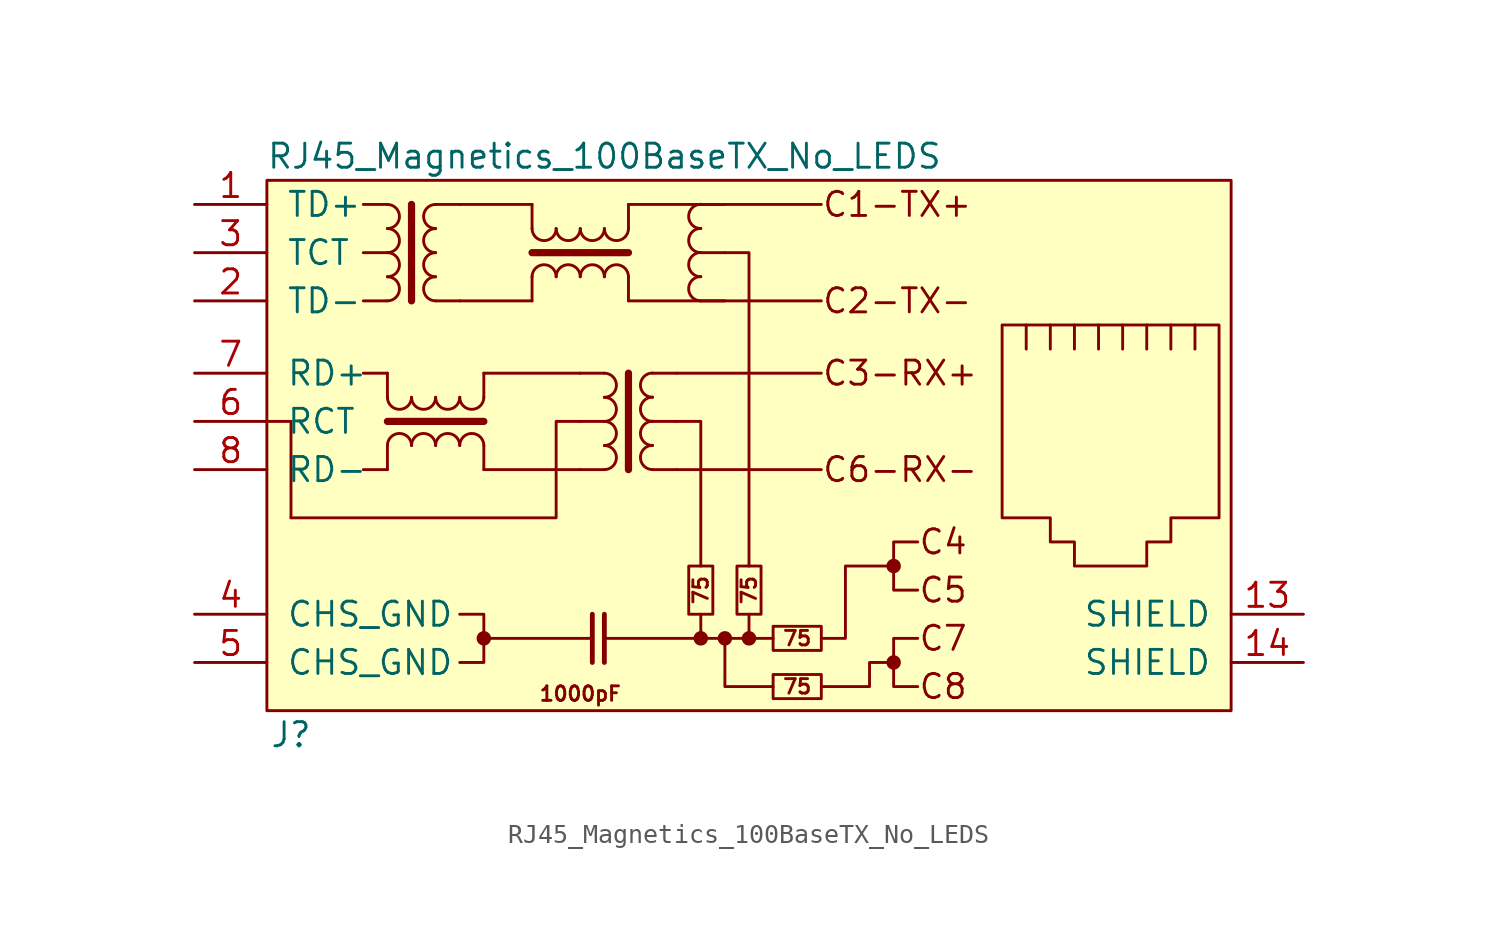
<source format=kicad_sym>
(kicad_symbol_lib
  (version 20241209)
  (generator "kicad_symbol_editor")
  (generator_version "9.0")
  (symbol "RJ45_Magnetics_100BaseTX_No_LEDS"
    (pin_names
      (offset 1.016))
    (property "Reference" "J"
      (at -10.16 -8.89 0)
      (effects (font (size 1.27 1.27))))
    (property "Value" "RJ45_Magnetics_100BaseTX_No_LEDS"
      (at 6.35 21.59 0)
      (effects (font (size 1.27 1.27))))
    (symbol "RJ45_Magnetics_100BaseTX_No_LEDS_0_0"
      (rectangle (start -11.43 20.32) (end 39.37 -7.62) (stroke (width 0) (type solid)) (fill (type background)))
      (polyline (pts (xy -11.43 7.62) (xy -10.16 7.62) (xy -10.16 2.54)) (stroke (width 0) (type solid)) (fill (type none)))
      (polyline (pts (xy -5.08 10.16) (xy -6.35 10.16)) (stroke (width 0) (type solid)) (fill (type none)))
      (polyline (pts (xy -5.08 5.08) (xy -6.35 5.08)) (stroke (width 0) (type solid)) (fill (type none)))
      (polyline (pts (xy -1.27 -2.54) (xy 0 -2.54) (xy 0 -5.08) (xy -1.27 -5.08)) (stroke (width 0) (type solid)) (fill (type none)))
      (polyline (pts (xy 0 10.16) (xy 5.08 10.16)) (stroke (width 0) (type solid)) (fill (type none)))
      (polyline (pts (xy 0 5.08) (xy 5.08 5.08)) (stroke (width 0) (type solid)) (fill (type none)))
      (polyline (pts (xy 0 -3.81) (xy 5.715 -3.81)) (stroke (width 0) (type solid)) (fill (type none)))
      (polyline (pts (xy 5.08 7.62) (xy 3.81 7.62) (xy 3.81 2.54) (xy -10.16 2.54)) (stroke (width 0) (type solid)) (fill (type none)))
      (polyline (pts (xy 6.35 -3.81) (xy 15.24 -3.81)) (stroke (width 0) (type solid)) (fill (type none)))
      (polyline (pts (xy 10.16 10.16) (xy 17.78 10.16)) (stroke (width 0) (type solid)) (fill (type none)))
      (polyline (pts (xy 10.16 7.62) (xy 11.43 7.62) (xy 11.43 0)) (stroke (width 0) (type solid)) (fill (type none)))
      (polyline (pts (xy 10.16 5.08) (xy 17.78 5.08)) (stroke (width 0) (type solid)) (fill (type none)))
      (polyline (pts (xy 11.43 -2.54) (xy 11.43 -3.81)) (stroke (width 0) (type solid)) (fill (type none)))
      (polyline (pts (xy 12.7 16.51) (xy 13.97 16.51) (xy 13.97 0)) (stroke (width 0) (type solid)) (fill (type none)))
      (polyline (pts (xy 13.97 -2.54) (xy 13.97 -3.81)) (stroke (width 0) (type solid)) (fill (type none)))
      (polyline (pts (xy 15.24 -6.35) (xy 12.7 -6.35) (xy 12.7 -3.81)) (stroke (width 0) (type solid)) (fill (type none)))
      (polyline (pts (xy 21.59 0) (xy 19.05 0) (xy 19.05 -3.81) (xy 17.78 -3.81)) (stroke (width 0) (type solid)) (fill (type none)))
      (polyline (pts (xy 21.59 -5.08) (xy 20.32 -5.08) (xy 20.32 -6.35) (xy 17.78 -6.35)) (stroke (width 0) (type solid)) (fill (type none)))
      (polyline (pts (xy 22.86 1.27) (xy 21.59 1.27) (xy 21.59 -1.27) (xy 22.86 -1.27)) (stroke (width 0) (type solid)) (fill (type none)))
      (text "C1-TX+" (at 17.78 19.05 0) (effects (font (size 1.27 1.27)) (justify left)))
      (text "C2-TX-" (at 17.78 13.97 0) (effects (font (size 1.27 1.27)) (justify left)))
      (text "C3-RX+" (at 17.78 10.16 0) (effects (font (size 1.27 1.27)) (justify left)))
      (text "C6-RX-" (at 17.78 5.08 0) (effects (font (size 1.27 1.27)) (justify left)))
      (text "C4" (at 22.86 1.27 0) (effects (font (size 1.27 1.27)) (justify left)))
      (text "C5" (at 22.86 -1.27 0) (effects (font (size 1.27 1.27)) (justify left)))
      (text "C7" (at 22.86 -3.81 0) (effects (font (size 1.27 1.27)) (justify left)))
      (text "C8" (at 22.86 -6.35 0) (effects (font (size 1.27 1.27)) (justify left))))
    (symbol "RJ45_Magnetics_100BaseTX_No_LEDS_0_1"
      (polyline (pts (xy -3.81 19.05) (xy -3.81 13.97)) (stroke (width 0.381) (type solid)) (fill (type none)))
      (polyline (pts (xy -1.27 19.05) (xy 2.54 19.05)) (stroke (width 0) (type solid)) (fill (type none)))
      (polyline (pts (xy 2.54 16.51) (xy 7.62 16.51)) (stroke (width 0.381) (type solid)) (fill (type none)))
      (polyline (pts (xy 2.54 13.97) (xy -1.27 13.97)) (stroke (width 0) (type solid)) (fill (type none)))
      (polyline (pts (xy 7.62 19.05) (xy 17.78 19.05)) (stroke (width 0) (type solid)) (fill (type none)))
      (polyline (pts (xy 7.62 13.97) (xy 17.78 13.97)) (stroke (width 0) (type solid)) (fill (type none))))
    (symbol "RJ45_Magnetics_100BaseTX_No_LEDS_1_1"
      (polyline (pts (xy -5.08 19.05) (xy -6.35 19.05)) (stroke (width 0) (type solid)) (fill (type none)))
      (arc (start -5.08 19.05) (mid -4.445 18.415) (end -5.08 17.78) (stroke (width 0) (type solid)) (fill (type none)))
      (arc (start -5.08 17.78) (mid -4.445 17.145) (end -5.08 16.51) (stroke (width 0) (type solid)) (fill (type none)))
      (polyline (pts (xy -5.08 16.51) (xy -6.35 16.51)) (stroke (width 0) (type solid)) (fill (type none)))
      (arc (start -5.08 16.51) (mid -4.445 15.875) (end -5.08 15.24) (stroke (width 0) (type solid)) (fill (type none)))
      (arc (start -5.08 15.24) (mid -4.445 14.605) (end -5.08 13.97) (stroke (width 0) (type solid)) (fill (type none)))
      (polyline (pts (xy -5.08 13.97) (xy -6.35 13.97)) (stroke (width 0) (type solid)) (fill (type none)))
      (polyline (pts (xy -5.08 8.89) (xy -5.08 10.16)) (stroke (width 0) (type solid)) (fill (type none)))
      (polyline (pts (xy -5.08 7.62) (xy 0 7.62)) (stroke (width 0.381) (type solid)) (fill (type none)))
      (polyline (pts (xy -5.08 6.35) (xy -5.08 5.08)) (stroke (width 0) (type solid)) (fill (type none)))
      (arc (start -3.81 8.89) (mid -4.445 8.255) (end -5.08 8.89) (stroke (width 0) (type solid)) (fill (type none)))
      (arc (start -5.08 6.35) (mid -4.445 6.985) (end -3.81 6.35) (stroke (width 0) (type solid)) (fill (type none)))
      (arc (start -2.54 8.89) (mid -3.175 8.255) (end -3.81 8.89) (stroke (width 0) (type solid)) (fill (type none)))
      (arc (start -3.81 6.35) (mid -3.175 6.985) (end -2.54 6.35) (stroke (width 0) (type solid)) (fill (type none)))
      (polyline (pts (xy -2.54 19.05) (xy -1.27 19.05)) (stroke (width 0) (type solid)) (fill (type none)))
      (arc (start -2.54 17.78) (mid -3.175 18.415) (end -2.54 19.05) (stroke (width 0) (type solid)) (fill (type none)))
      (arc (start -2.54 16.51) (mid -3.175 17.145) (end -2.54 17.78) (stroke (width 0) (type solid)) (fill (type none)))
      (arc (start -2.54 15.24) (mid -3.175 15.875) (end -2.54 16.51) (stroke (width 0) (type solid)) (fill (type none)))
      (arc (start -2.54 13.97) (mid -3.175 14.605) (end -2.54 15.24) (stroke (width 0) (type solid)) (fill (type none)))
      (polyline (pts (xy -2.54 13.97) (xy -1.27 13.97)) (stroke (width 0) (type solid)) (fill (type none)))
      (arc (start -1.27 8.89) (mid -1.905 8.255) (end -2.54 8.89) (stroke (width 0) (type solid)) (fill (type none)))
      (arc (start -2.54 6.35) (mid -1.905 6.985) (end -1.27 6.35) (stroke (width 0) (type solid)) (fill (type none)))
      (arc (start 0 8.89) (mid -0.635 8.255) (end -1.27 8.89) (stroke (width 0) (type solid)) (fill (type none)))
      (arc (start -1.27 6.35) (mid -0.635 6.985) (end 0 6.35) (stroke (width 0) (type solid)) (fill (type none)))
      (polyline (pts (xy 0 8.89) (xy 0 10.16)) (stroke (width 0) (type solid)) (fill (type none)))
      (polyline (pts (xy 0 6.35) (xy 0 5.08)) (stroke (width 0) (type solid)) (fill (type none)))
      (circle (center 0 -3.81) (radius 0.254) (stroke (width 0.254) (type solid)) (fill (type outline)))
      (polyline (pts (xy 2.54 17.78) (xy 2.54 19.05)) (stroke (width 0) (type solid)) (fill (type none)))
      (polyline (pts (xy 2.54 15.24) (xy 2.54 13.97)) (stroke (width 0) (type solid)) (fill (type none)))
      (arc (start 3.81 17.78) (mid 3.175 17.145) (end 2.54 17.78) (stroke (width 0) (type solid)) (fill (type none)))
      (arc (start 2.54 15.24) (mid 3.175 15.875) (end 3.81 15.24) (stroke (width 0) (type solid)) (fill (type none)))
      (arc (start 5.08 17.78) (mid 4.445 17.145) (end 3.81 17.78) (stroke (width 0) (type solid)) (fill (type none)))
      (arc (start 3.81 15.24) (mid 4.445 15.875) (end 5.08 15.24) (stroke (width 0) (type solid)) (fill (type none)))
      (arc (start 6.35 17.78) (mid 5.715 17.145) (end 5.08 17.78) (stroke (width 0) (type solid)) (fill (type none)))
      (arc (start 5.08 15.24) (mid 5.715 15.875) (end 6.35 15.24) (stroke (width 0) (type solid)) (fill (type none)))
      (polyline (pts (xy 5.715 -5.08) (xy 5.715 -2.54)) (stroke (width 0.254) (type solid)) (fill (type none)))
      (polyline (pts (xy 6.35 10.16) (xy 5.08 10.16)) (stroke (width 0) (type solid)) (fill (type none)))
      (arc (start 6.35 10.16) (mid 6.985 9.525) (end 6.35 8.89) (stroke (width 0) (type solid)) (fill (type none)))
      (arc (start 6.35 8.89) (mid 6.985 8.255) (end 6.35 7.62) (stroke (width 0) (type solid)) (fill (type none)))
      (polyline (pts (xy 6.35 7.62) (xy 5.08 7.62)) (stroke (width 0) (type solid)) (fill (type none)))
      (arc (start 6.35 7.62) (mid 6.985 6.985) (end 6.35 6.35) (stroke (width 0) (type solid)) (fill (type none)))
      (arc (start 6.35 6.35) (mid 6.985 5.715) (end 6.35 5.08) (stroke (width 0) (type solid)) (fill (type none)))
      (polyline (pts (xy 6.35 5.08) (xy 5.08 5.08)) (stroke (width 0) (type solid)) (fill (type none)))
      (polyline (pts (xy 6.35 -5.08) (xy 6.35 -2.54)) (stroke (width 0.254) (type solid)) (fill (type none)))
      (arc (start 7.62 17.78) (mid 6.985 17.145) (end 6.35 17.78) (stroke (width 0) (type solid)) (fill (type none)))
      (arc (start 6.35 15.24) (mid 6.985 15.875) (end 7.62 15.24) (stroke (width 0) (type solid)) (fill (type none)))
      (polyline (pts (xy 7.62 17.78) (xy 7.62 19.05)) (stroke (width 0) (type solid)) (fill (type none)))
      (polyline (pts (xy 7.62 15.24) (xy 7.62 13.97)) (stroke (width 0) (type solid)) (fill (type none)))
      (polyline (pts (xy 7.62 10.16) (xy 7.62 5.08)) (stroke (width 0.381) (type solid)) (fill (type none)))
      (polyline (pts (xy 8.89 10.16) (xy 10.16 10.16)) (stroke (width 0) (type solid)) (fill (type none)))
      (arc (start 8.89 8.89) (mid 8.255 9.525) (end 8.89 10.16) (stroke (width 0) (type solid)) (fill (type none)))
      (arc (start 8.89 7.62) (mid 8.255 8.255) (end 8.89 8.89) (stroke (width 0) (type solid)) (fill (type none)))
      (polyline (pts (xy 8.89 7.62) (xy 10.16 7.62)) (stroke (width 0) (type solid)) (fill (type none)))
      (arc (start 8.89 6.35) (mid 8.255 6.985) (end 8.89 7.62) (stroke (width 0) (type solid)) (fill (type none)))
      (arc (start 8.89 5.08) (mid 8.255 5.715) (end 8.89 6.35) (stroke (width 0) (type solid)) (fill (type none)))
      (polyline (pts (xy 8.89 5.08) (xy 10.16 5.08)) (stroke (width 0) (type solid)) (fill (type none)))
      (rectangle (start 10.795 -2.54) (end 12.065 0) (stroke (width 0) (type solid)) (fill (type none)))
      (polyline (pts (xy 11.43 19.05) (xy 12.7 19.05)) (stroke (width 0) (type solid)) (fill (type none)))
      (arc (start 11.43 17.78) (mid 10.795 18.415) (end 11.43 19.05) (stroke (width 0) (type solid)) (fill (type none)))
      (arc (start 11.43 16.51) (mid 10.795 17.145) (end 11.43 17.78) (stroke (width 0) (type solid)) (fill (type none)))
      (polyline (pts (xy 11.43 16.51) (xy 12.7 16.51)) (stroke (width 0) (type solid)) (fill (type none)))
      (arc (start 11.43 15.24) (mid 10.795 15.875) (end 11.43 16.51) (stroke (width 0) (type solid)) (fill (type none)))
      (arc (start 11.43 13.97) (mid 10.795 14.605) (end 11.43 15.24) (stroke (width 0) (type solid)) (fill (type none)))
      (polyline (pts (xy 11.43 13.97) (xy 12.7 13.97)) (stroke (width 0) (type solid)) (fill (type none)))
      (circle (center 11.43 -3.81) (radius 0.254) (stroke (width 0.254) (type solid)) (fill (type outline)))
      (circle (center 12.7 -3.81) (radius 0.254) (stroke (width 0.254) (type solid)) (fill (type outline)))
      (rectangle (start 13.335 -2.54) (end 14.605 0) (stroke (width 0) (type solid)) (fill (type none)))
      (circle (center 13.97 -3.81) (radius 0.254) (stroke (width 0.254) (type solid)) (fill (type outline)))
      (rectangle (start 17.78 -4.445) (end 15.24 -3.175) (stroke (width 0) (type solid)) (fill (type none)))
      (rectangle (start 17.78 -6.985) (end 15.24 -5.715) (stroke (width 0) (type solid)) (fill (type none)))
      (circle (center 21.59 0) (radius 0.254) (stroke (width 0.254) (type solid)) (fill (type outline)))
      (circle (center 21.59 -5.08) (radius 0.254) (stroke (width 0.254) (type solid)) (fill (type outline)))
      (polyline (pts (xy 22.86 -3.81) (xy 21.59 -3.81) (xy 21.59 -6.35) (xy 22.86 -6.35)) (stroke (width 0) (type solid)) (fill (type none)))
      (polyline (pts (xy 27.305 12.7) (xy 38.735 12.7) (xy 38.735 2.54) (xy 36.195 2.54) (xy 36.195 1.27) (xy 34.925 1.27) (xy 34.925 0) (xy 31.115 0) (xy 31.115 1.27) (xy 29.845 1.27) (xy 29.845 2.54) (xy 27.305 2.54) (xy 27.305 12.7)) (stroke (width 0) (type solid)) (fill (type none)))
      (polyline (pts (xy 28.575 11.43) (xy 28.575 12.7)) (stroke (width 0) (type solid)) (fill (type none)))
      (polyline (pts (xy 29.845 12.7) (xy 29.845 11.43)) (stroke (width 0) (type solid)) (fill (type none)))
      (polyline (pts (xy 31.115 12.7) (xy 31.115 11.43)) (stroke (width 0) (type solid)) (fill (type none)))
      (polyline (pts (xy 32.385 12.7) (xy 32.385 11.43)) (stroke (width 0) (type solid)) (fill (type none)))
      (polyline (pts (xy 33.655 12.7) (xy 33.655 11.43)) (stroke (width 0) (type solid)) (fill (type none)))
      (polyline (pts (xy 34.925 12.7) (xy 34.925 11.43)) (stroke (width 0) (type solid)) (fill (type none)))
      (polyline (pts (xy 36.195 11.43) (xy 36.195 12.7)) (stroke (width 0) (type solid)) (fill (type none)))
      (polyline (pts (xy 37.465 11.43) (xy 37.465 12.7)) (stroke (width 0) (type solid)) (fill (type none)))
      (text "1000pF" (at 5.08 -6.731 0) (effects (font (size 0.762 0.762))))
      (text "75" (at 11.43 -1.27 900) (effects (font (size 0.762 0.762))))
      (text "75" (at 13.97 -1.27 900) (effects (font (size 0.762 0.762))))
      (text "75" (at 16.51 -3.81 0) (effects (font (size 0.762 0.762))))
      (text "75" (at 16.51 -6.35 0) (effects (font (size 0.762 0.762))))
      (pin passive line (at -15.24 19.05 0) (length 3.81) (name "TD+" (effects (font (size 1.27 1.27)))) (number "1" (effects (font (size 1.27 1.27)))))
      (pin passive line (at -15.24 16.51 0) (length 3.81) (name "TCT" (effects (font (size 1.27 1.27)))) (number "3" (effects (font (size 1.27 1.27)))))
      (pin passive line (at -15.24 13.97 0) (length 3.81) (name "TD-" (effects (font (size 1.27 1.27)))) (number "2" (effects (font (size 1.27 1.27)))))
      (pin passive line (at -15.24 10.16 0) (length 3.81) (name "RD+" (effects (font (size 1.27 1.27)))) (number "7" (effects (font (size 1.27 1.27)))))
      (pin passive line (at -15.24 7.62 0) (length 3.81) (name "RCT" (effects (font (size 1.27 1.27)))) (number "6" (effects (font (size 1.27 1.27)))))
      (pin passive line (at -15.24 5.08 0) (length 3.81) (name "RD-" (effects (font (size 1.27 1.27)))) (number "8" (effects (font (size 1.27 1.27)))))
      (pin passive line (at -15.24 -2.54 0) (length 3.81) (name "CHS_GND" (effects (font (size 1.27 1.27)))) (number "4" (effects (font (size 1.27 1.27)))))
      (pin passive line (at -15.24 -5.08 0) (length 3.81) (name "CHS_GND" (effects (font (size 1.27 1.27)))) (number "5" (effects (font (size 1.27 1.27)))))
      (pin passive line (at 43.18 -2.54 180) (length 3.81) (name "SHIELD" (effects (font (size 1.27 1.27)))) (number "13" (effects (font (size 1.27 1.27)))))
      (pin passive line (at 43.18 -5.08 180) (length 3.81) (name "SHIELD" (effects (font (size 1.27 1.27)))) (number "14" (effects (font (size 1.27 1.27))))))))
</source>
